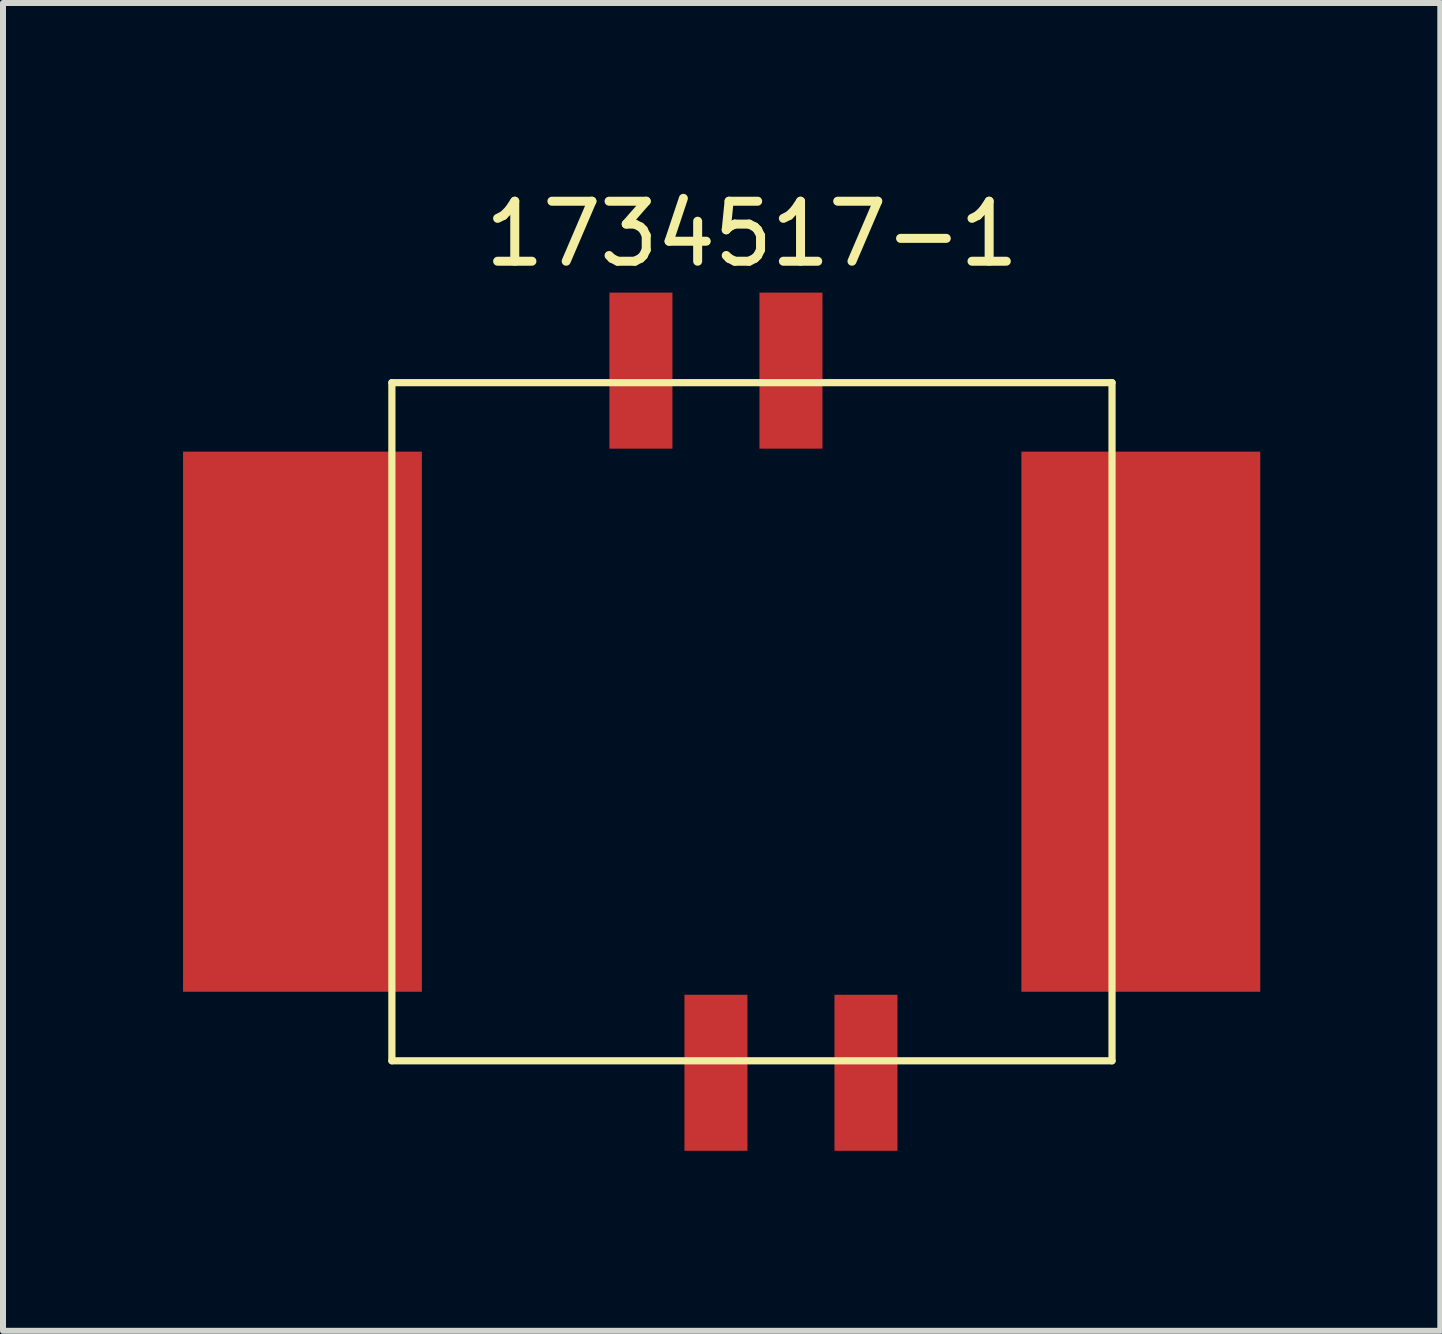
<source format=kicad_pcb>
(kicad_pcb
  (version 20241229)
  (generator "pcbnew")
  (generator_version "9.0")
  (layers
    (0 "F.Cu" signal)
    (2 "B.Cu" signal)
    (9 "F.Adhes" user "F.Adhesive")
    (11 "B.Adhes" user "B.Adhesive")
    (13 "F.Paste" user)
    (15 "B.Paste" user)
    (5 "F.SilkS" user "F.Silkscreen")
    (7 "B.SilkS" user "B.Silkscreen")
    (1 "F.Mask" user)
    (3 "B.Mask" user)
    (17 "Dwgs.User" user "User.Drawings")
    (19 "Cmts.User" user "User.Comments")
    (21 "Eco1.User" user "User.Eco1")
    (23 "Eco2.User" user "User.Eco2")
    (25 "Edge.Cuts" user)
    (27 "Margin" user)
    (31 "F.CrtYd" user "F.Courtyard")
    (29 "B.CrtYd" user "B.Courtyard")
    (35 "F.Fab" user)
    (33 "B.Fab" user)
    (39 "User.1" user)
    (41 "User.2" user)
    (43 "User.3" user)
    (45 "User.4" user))
  (footprint "1734517-1"
    (layer "F.Cu")
    (at 9.48 8.976)
    (property "Reference" "1734517-1" (at 0 -8.128 0) (layer "F.SilkS") (effects (font (size 1 1) (thickness 0.15))))
    (attr through_hole)
    (fp_line (start -6 -5.65) (end -6 5.65) (stroke (width 0.12) (type solid)) (layer "F.SilkS"))
    (fp_line (start -6 -5.65) (end 6 -5.65) (stroke (width 0.12) (type solid)) (layer "F.SilkS"))
    (fp_line (start -6 5.65) (end 6 5.65) (stroke (width 0.12) (type solid)) (layer "F.SilkS"))
    (fp_line (start 6 -5.65) (end 6 5.65) (stroke (width 0.12) (type solid)) (layer "F.SilkS"))
    (pad "1" smd rect (at 0.65 -5.85) (size 1.05 2.6) (layers "F.Cu" "F.Mask" "F.Paste"))
    (pad "2" smd rect (at -1.85 -5.85) (size 1.05 2.6) (layers "F.Cu" "F.Mask" "F.Paste"))
    (pad "3" smd rect (at -0.6 5.85) (size 1.05 2.6) (layers "F.Cu" "F.Mask" "F.Paste"))
    (pad "4" smd rect (at 1.9 5.85) (size 1.05 2.6) (layers "F.Cu" "F.Mask" "F.Paste"))
    (pad "5" smd rect (at -7.49 0) (size 3.98 9) (layers "F.Cu" "F.Mask" "F.Paste"))
    (pad "5" smd rect (at 6.48 0) (size 3.98 9) (layers "F.Cu" "F.Mask" "F.Paste")))
  (gr_rect
    (start -3 -3)
    (end 20.95 19.126)
    (stroke (width 0.1) (type default))
    (fill no)
    (layer "Edge.Cuts")))
</source>
